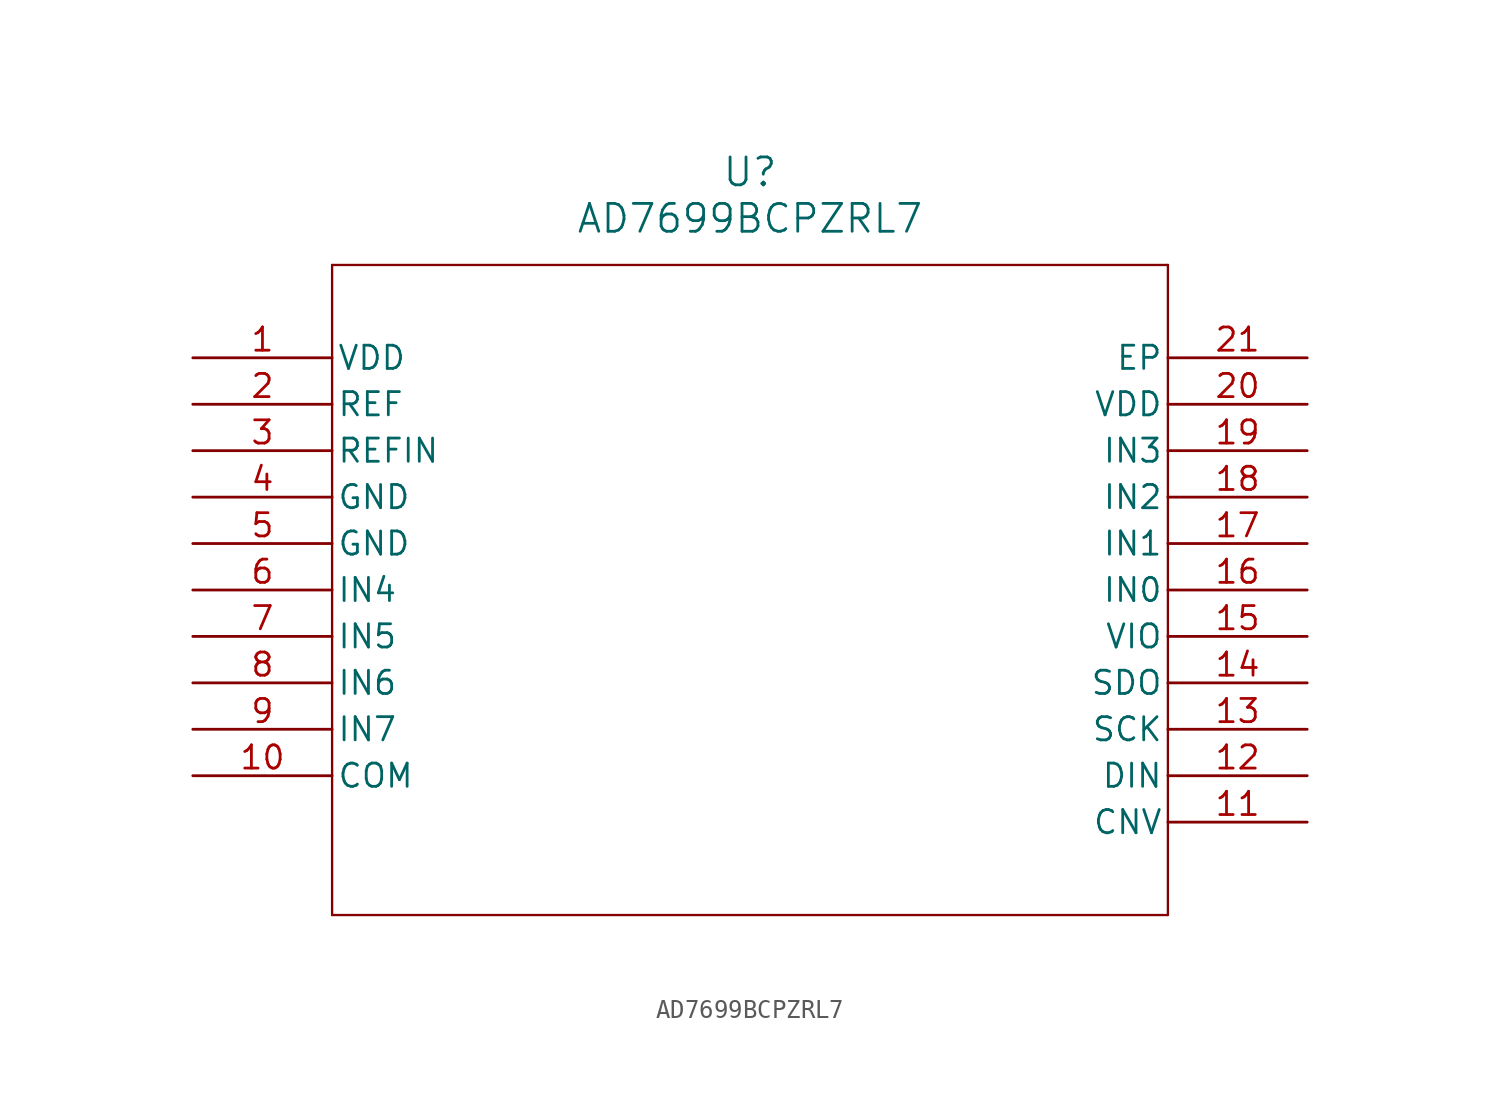
<source format=kicad_sym>
(kicad_symbol_lib
  (version 20211014)
  (generator kicad_symbol_editor)
  (symbol "AD7699BCPZRL7"
    (pin_names
      (offset 0.254))
    (property "Reference" "U"
      (at 30.48 10.16 0)
      (effects (font (size 1.524 1.524))))
    (property "Value" "AD7699BCPZRL7"
      (at 30.48 7.62 0)
      (effects (font (size 1.524 1.524))))
    (symbol "AD7699BCPZRL7_0_1"
      (polyline (pts (xy 7.62 5.08) (xy 7.62 -30.48)) (stroke (width 0.127) (type default) (color 0 0 0 0)) (fill (type none)))
      (polyline (pts (xy 7.62 -30.48) (xy 53.34 -30.48)) (stroke (width 0.127) (type default) (color 0 0 0 0)) (fill (type none)))
      (polyline (pts (xy 53.34 -30.48) (xy 53.34 5.08)) (stroke (width 0.127) (type default) (color 0 0 0 0)) (fill (type none)))
      (polyline (pts (xy 53.34 5.08) (xy 7.62 5.08)) (stroke (width 0.127) (type default) (color 0 0 0 0)) (fill (type none)))
      (pin power_in line (at 0 0 0) (length 7.62) (name "VDD" (effects (font (size 1.27 1.27)))) (number "1" (effects (font (size 1.27 1.27)))))
      (pin unspecified line (at 0 -2.54 0) (length 7.62) (name "REF" (effects (font (size 1.27 1.27)))) (number "2" (effects (font (size 1.27 1.27)))))
      (pin unspecified line (at 0 -5.08 0) (length 7.62) (name "REFIN" (effects (font (size 1.27 1.27)))) (number "3" (effects (font (size 1.27 1.27)))))
      (pin unspecified line (at 0 -7.62 0) (length 7.62) (name "GND" (effects (font (size 1.27 1.27)))) (number "4" (effects (font (size 1.27 1.27)))))
      (pin unspecified line (at 0 -10.16 0) (length 7.62) (name "GND" (effects (font (size 1.27 1.27)))) (number "5" (effects (font (size 1.27 1.27)))))
      (pin unspecified line (at 0 -12.7 0) (length 7.62) (name "IN4" (effects (font (size 1.27 1.27)))) (number "6" (effects (font (size 1.27 1.27)))))
      (pin unspecified line (at 0 -15.24 0) (length 7.62) (name "IN5" (effects (font (size 1.27 1.27)))) (number "7" (effects (font (size 1.27 1.27)))))
      (pin unspecified line (at 0 -17.78 0) (length 7.62) (name "IN6" (effects (font (size 1.27 1.27)))) (number "8" (effects (font (size 1.27 1.27)))))
      (pin unspecified line (at 0 -20.32 0) (length 7.62) (name "IN7" (effects (font (size 1.27 1.27)))) (number "9" (effects (font (size 1.27 1.27)))))
      (pin unspecified line (at 0 -22.86 0) (length 7.62) (name "COM" (effects (font (size 1.27 1.27)))) (number "10" (effects (font (size 1.27 1.27)))))
      (pin unspecified line (at 60.96 -25.4 180) (length 7.62) (name "CNV" (effects (font (size 1.27 1.27)))) (number "11" (effects (font (size 1.27 1.27)))))
      (pin unspecified line (at 60.96 -22.86 180) (length 7.62) (name "DIN" (effects (font (size 1.27 1.27)))) (number "12" (effects (font (size 1.27 1.27)))))
      (pin unspecified line (at 60.96 -20.32 180) (length 7.62) (name "SCK" (effects (font (size 1.27 1.27)))) (number "13" (effects (font (size 1.27 1.27)))))
      (pin unspecified line (at 60.96 -17.78 180) (length 7.62) (name "SDO" (effects (font (size 1.27 1.27)))) (number "14" (effects (font (size 1.27 1.27)))))
      (pin power_in line (at 60.96 -15.24 180) (length 7.62) (name "VIO" (effects (font (size 1.27 1.27)))) (number "15" (effects (font (size 1.27 1.27)))))
      (pin unspecified line (at 60.96 -12.7 180) (length 7.62) (name "IN0" (effects (font (size 1.27 1.27)))) (number "16" (effects (font (size 1.27 1.27)))))
      (pin unspecified line (at 60.96 -10.16 180) (length 7.62) (name "IN1" (effects (font (size 1.27 1.27)))) (number "17" (effects (font (size 1.27 1.27)))))
      (pin unspecified line (at 60.96 -7.62 180) (length 7.62) (name "IN2" (effects (font (size 1.27 1.27)))) (number "18" (effects (font (size 1.27 1.27)))))
      (pin unspecified line (at 60.96 -5.08 180) (length 7.62) (name "IN3" (effects (font (size 1.27 1.27)))) (number "19" (effects (font (size 1.27 1.27)))))
      (pin power_in line (at 60.96 -2.54 180) (length 7.62) (name "VDD" (effects (font (size 1.27 1.27)))) (number "20" (effects (font (size 1.27 1.27)))))
      (pin unspecified line (at 60.96 0 180) (length 7.62) (name "EP" (effects (font (size 1.27 1.27)))) (number "21" (effects (font (size 1.27 1.27))))))))
</source>
